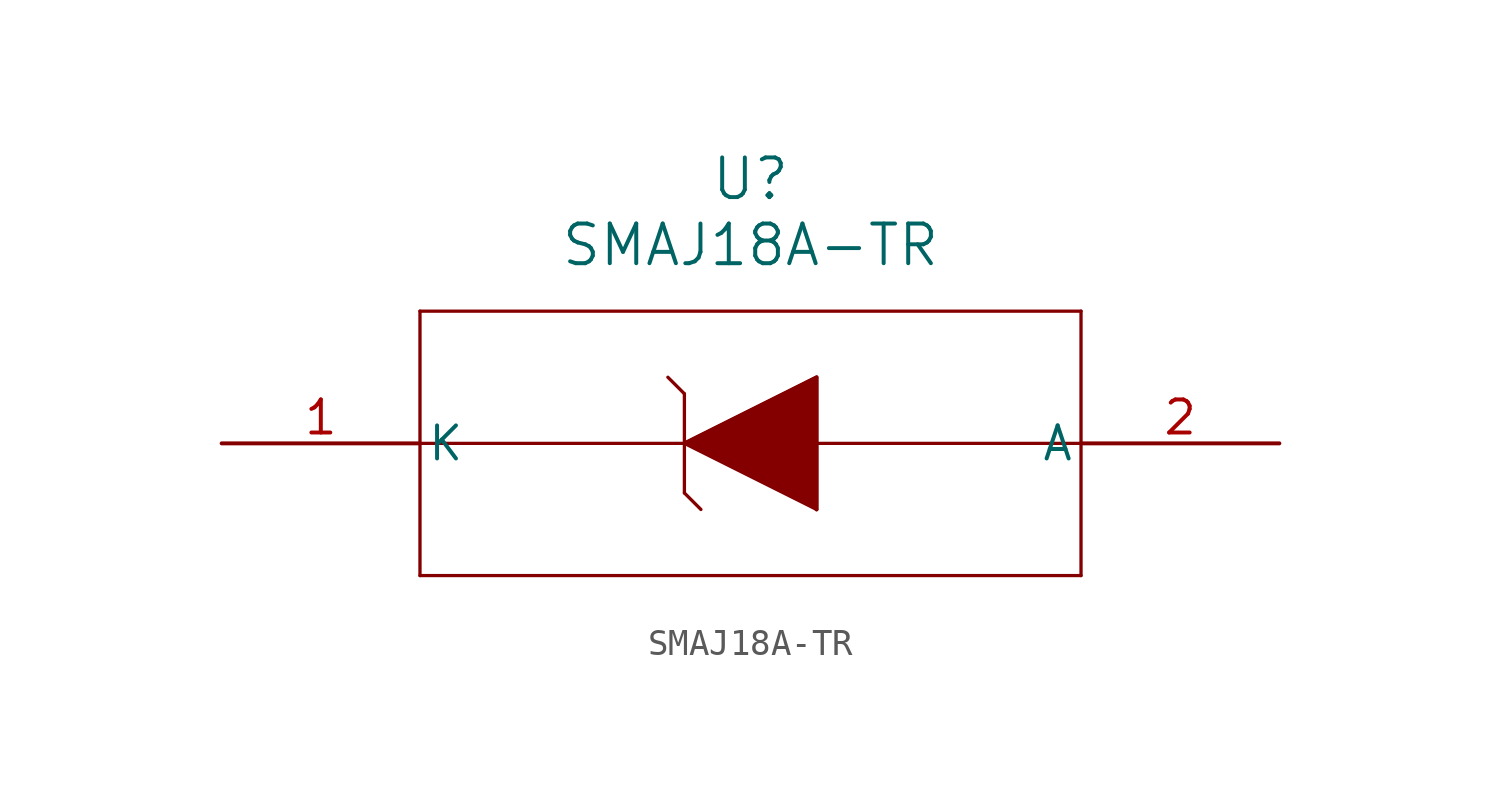
<source format=kicad_sym>
(kicad_symbol_lib
  (version 20211014)
  (generator kicad_symbol_editor)
  (symbol "SMAJ18A-TR"
    (pin_names
      (offset 0.254))
    (property "Reference" "U"
      (at 20.32 10.16 0)
      (effects (font (size 1.524 1.524))))
    (property "Value" "SMAJ18A-TR"
      (at 20.32 7.62 0)
      (effects (font (size 1.524 1.524))))
    (symbol "SMAJ18A-TR_0_1"
      (polyline (pts (xy 7.62 5.08) (xy 7.62 -5.08)) (stroke (width 0.127) (type default) (color 0 0 0 0)) (fill (type none)))
      (polyline (pts (xy 7.62 -5.08) (xy 33.02 -5.08)) (stroke (width 0.127) (type default) (color 0 0 0 0)) (fill (type none)))
      (polyline (pts (xy 33.02 -5.08) (xy 33.02 5.08)) (stroke (width 0.127) (type default) (color 0 0 0 0)) (fill (type none)))
      (polyline (pts (xy 33.02 5.08) (xy 7.62 5.08)) (stroke (width 0.127) (type default) (color 0 0 0 0)) (fill (type none)))
      (polyline (pts (xy 7.62 0) (xy 33.02 0)) (stroke (width 0.127) (type default) (color 0 0 0 0)) (fill (type none)))
      (polyline (pts (xy 17.78 0) (xy 22.86 2.54)) (stroke (width 0.127) (type default) (color 0 0 0 0)) (fill (type none)))
      (polyline (pts (xy 22.86 2.54) (xy 22.86 -2.54)) (stroke (width 0.127) (type default) (color 0 0 0 0)) (fill (type none)))
      (polyline (pts (xy 22.86 -2.54) (xy 17.78 0)) (stroke (width 0.127) (type default) (color 0 0 0 0)) (fill (type none)))
      (polyline (pts (xy 17.78 1.905) (xy 17.78 -1.905)) (stroke (width 0.127) (type default) (color 0 0 0 0)) (fill (type none)))
      (polyline (pts (xy 17.78 1.905) (xy 17.145 2.54)) (stroke (width 0.127) (type default) (color 0 0 0 0)) (fill (type none)))
      (polyline (pts (xy 17.78 -1.905) (xy 18.415 -2.54)) (stroke (width 0.127) (type default) (color 0 0 0 0)) (fill (type none)))
      (polyline (pts (xy 17.78 0) (xy 22.86 2.54) (xy 22.86 -2.54)) (stroke (width 0) (type default) (color 0 0 0 0)) (fill (type outline)))
      (pin unspecified line (at 0 0 0) (length 7.62) (name "K" (effects (font (size 1.27 1.27)))) (number "1" (effects (font (size 1.27 1.27)))))
      (pin unspecified line (at 40.64 0 180) (length 7.62) (name "A" (effects (font (size 1.27 1.27)))) (number "2" (effects (font (size 1.27 1.27))))))))
</source>
